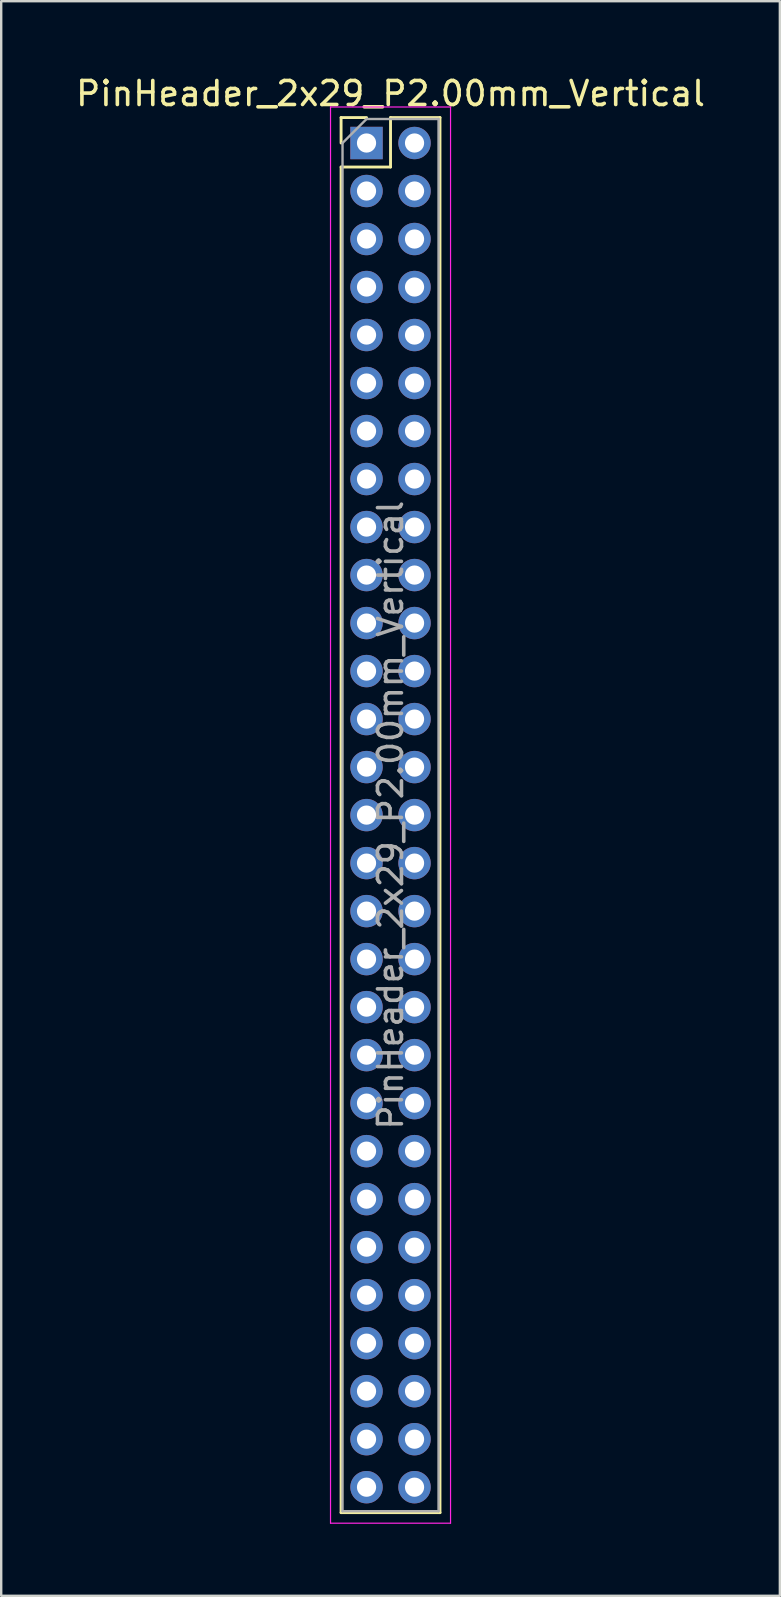
<source format=kicad_pcb>
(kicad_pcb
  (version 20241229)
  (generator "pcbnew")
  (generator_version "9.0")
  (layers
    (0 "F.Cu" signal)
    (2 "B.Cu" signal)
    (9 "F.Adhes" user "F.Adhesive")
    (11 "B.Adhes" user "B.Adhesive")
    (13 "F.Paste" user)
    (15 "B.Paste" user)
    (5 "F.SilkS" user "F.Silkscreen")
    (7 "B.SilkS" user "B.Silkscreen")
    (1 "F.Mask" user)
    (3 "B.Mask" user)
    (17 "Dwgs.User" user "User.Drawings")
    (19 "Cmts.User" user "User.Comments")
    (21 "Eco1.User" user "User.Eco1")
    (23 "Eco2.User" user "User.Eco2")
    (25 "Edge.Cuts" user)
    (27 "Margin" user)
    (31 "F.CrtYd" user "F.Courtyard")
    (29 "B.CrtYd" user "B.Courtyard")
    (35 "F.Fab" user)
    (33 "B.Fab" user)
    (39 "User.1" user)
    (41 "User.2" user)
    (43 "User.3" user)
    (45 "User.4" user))
  (footprint "PinHeader_2x29_P2.00mm_Vertical"
    (layer "F.Cu")
    (at 12.22 2.908)
    (property "Reference" "PinHeader_2x29_P2.00mm_Vertical" (at 1 -2.06 0) (layer "F.SilkS") (effects (font (size 1 1) (thickness 0.15))))
    (attr through_hole)
    (fp_line (start -1.06 -1.06) (end 0 -1.06) (stroke (width 0.12) (type solid)) (layer "F.SilkS"))
    (fp_line (start -1.06 0) (end -1.06 -1.06) (stroke (width 0.12) (type solid)) (layer "F.SilkS"))
    (fp_line (start -1.06 1) (end -1.06 57.06) (stroke (width 0.12) (type solid)) (layer "F.SilkS"))
    (fp_line (start -1.06 1) (end 1 1) (stroke (width 0.12) (type solid)) (layer "F.SilkS"))
    (fp_line (start -1.06 57.06) (end 3.06 57.06) (stroke (width 0.12) (type solid)) (layer "F.SilkS"))
    (fp_line (start 1 -1.06) (end 3.06 -1.06) (stroke (width 0.12) (type solid)) (layer "F.SilkS"))
    (fp_line (start 1 1) (end 1 -1.06) (stroke (width 0.12) (type solid)) (layer "F.SilkS"))
    (fp_line (start 3.06 -1.06) (end 3.06 57.06) (stroke (width 0.12) (type solid)) (layer "F.SilkS"))
    (fp_line (start -1.5 -1.5) (end -1.5 57.5) (stroke (width 0.05) (type solid)) (layer "F.CrtYd"))
    (fp_line (start -1.5 57.5) (end 3.5 57.5) (stroke (width 0.05) (type solid)) (layer "F.CrtYd"))
    (fp_line (start 3.5 -1.5) (end -1.5 -1.5) (stroke (width 0.05) (type solid)) (layer "F.CrtYd"))
    (fp_line (start 3.5 57.5) (end 3.5 -1.5) (stroke (width 0.05) (type solid)) (layer "F.CrtYd"))
    (fp_line (start -1 0) (end 0 -1) (stroke (width 0.1) (type solid)) (layer "F.Fab"))
    (fp_line (start -1 57) (end -1 0) (stroke (width 0.1) (type solid)) (layer "F.Fab"))
    (fp_line (start 0 -1) (end 3 -1) (stroke (width 0.1) (type solid)) (layer "F.Fab"))
    (fp_line (start 3 -1) (end 3 57) (stroke (width 0.1) (type solid)) (layer "F.Fab"))
    (fp_line (start 3 57) (end -1 57) (stroke (width 0.1) (type solid)) (layer "F.Fab"))
    (fp_text user "${REFERENCE}" (at 1 28 90) (layer "F.Fab") (effects (font (size 1 1) (thickness 0.15))))
    (pad "1" thru_hole rect (at 0 0) (size 1.35 1.35) (drill 0.8) (layers "*.Cu" "*.Mask"))
    (pad "2" thru_hole oval (at 2 0) (size 1.35 1.35) (drill 0.8) (layers "*.Cu" "*.Mask"))
    (pad "3" thru_hole oval (at 0 2) (size 1.35 1.35) (drill 0.8) (layers "*.Cu" "*.Mask"))
    (pad "4" thru_hole oval (at 2 2) (size 1.35 1.35) (drill 0.8) (layers "*.Cu" "*.Mask"))
    (pad "5" thru_hole oval (at 0 4) (size 1.35 1.35) (drill 0.8) (layers "*.Cu" "*.Mask"))
    (pad "6" thru_hole oval (at 2 4) (size 1.35 1.35) (drill 0.8) (layers "*.Cu" "*.Mask"))
    (pad "7" thru_hole oval (at 0 6) (size 1.35 1.35) (drill 0.8) (layers "*.Cu" "*.Mask"))
    (pad "8" thru_hole oval (at 2 6) (size 1.35 1.35) (drill 0.8) (layers "*.Cu" "*.Mask"))
    (pad "9" thru_hole oval (at 0 8) (size 1.35 1.35) (drill 0.8) (layers "*.Cu" "*.Mask"))
    (pad "10" thru_hole oval (at 2 8) (size 1.35 1.35) (drill 0.8) (layers "*.Cu" "*.Mask"))
    (pad "11" thru_hole oval (at 0 10) (size 1.35 1.35) (drill 0.8) (layers "*.Cu" "*.Mask"))
    (pad "12" thru_hole oval (at 2 10) (size 1.35 1.35) (drill 0.8) (layers "*.Cu" "*.Mask"))
    (pad "13" thru_hole oval (at 0 12) (size 1.35 1.35) (drill 0.8) (layers "*.Cu" "*.Mask"))
    (pad "14" thru_hole oval (at 2 12) (size 1.35 1.35) (drill 0.8) (layers "*.Cu" "*.Mask"))
    (pad "15" thru_hole oval (at 0 14) (size 1.35 1.35) (drill 0.8) (layers "*.Cu" "*.Mask"))
    (pad "16" thru_hole oval (at 2 14) (size 1.35 1.35) (drill 0.8) (layers "*.Cu" "*.Mask"))
    (pad "17" thru_hole oval (at 0 16) (size 1.35 1.35) (drill 0.8) (layers "*.Cu" "*.Mask"))
    (pad "18" thru_hole oval (at 2 16) (size 1.35 1.35) (drill 0.8) (layers "*.Cu" "*.Mask"))
    (pad "19" thru_hole oval (at 0 18) (size 1.35 1.35) (drill 0.8) (layers "*.Cu" "*.Mask"))
    (pad "20" thru_hole oval (at 2 18) (size 1.35 1.35) (drill 0.8) (layers "*.Cu" "*.Mask"))
    (pad "21" thru_hole oval (at 0 20) (size 1.35 1.35) (drill 0.8) (layers "*.Cu" "*.Mask"))
    (pad "22" thru_hole oval (at 2 20) (size 1.35 1.35) (drill 0.8) (layers "*.Cu" "*.Mask"))
    (pad "23" thru_hole oval (at 0 22) (size 1.35 1.35) (drill 0.8) (layers "*.Cu" "*.Mask"))
    (pad "24" thru_hole oval (at 2 22) (size 1.35 1.35) (drill 0.8) (layers "*.Cu" "*.Mask"))
    (pad "25" thru_hole oval (at 0 24) (size 1.35 1.35) (drill 0.8) (layers "*.Cu" "*.Mask"))
    (pad "26" thru_hole oval (at 2 24) (size 1.35 1.35) (drill 0.8) (layers "*.Cu" "*.Mask"))
    (pad "27" thru_hole oval (at 0 26) (size 1.35 1.35) (drill 0.8) (layers "*.Cu" "*.Mask"))
    (pad "28" thru_hole oval (at 2 26) (size 1.35 1.35) (drill 0.8) (layers "*.Cu" "*.Mask"))
    (pad "29" thru_hole oval (at 0 28) (size 1.35 1.35) (drill 0.8) (layers "*.Cu" "*.Mask"))
    (pad "30" thru_hole oval (at 2 28) (size 1.35 1.35) (drill 0.8) (layers "*.Cu" "*.Mask"))
    (pad "31" thru_hole oval (at 0 30) (size 1.35 1.35) (drill 0.8) (layers "*.Cu" "*.Mask"))
    (pad "32" thru_hole oval (at 2 30) (size 1.35 1.35) (drill 0.8) (layers "*.Cu" "*.Mask"))
    (pad "33" thru_hole oval (at 0 32) (size 1.35 1.35) (drill 0.8) (layers "*.Cu" "*.Mask"))
    (pad "34" thru_hole oval (at 2 32) (size 1.35 1.35) (drill 0.8) (layers "*.Cu" "*.Mask"))
    (pad "35" thru_hole oval (at 0 34) (size 1.35 1.35) (drill 0.8) (layers "*.Cu" "*.Mask"))
    (pad "36" thru_hole oval (at 2 34) (size 1.35 1.35) (drill 0.8) (layers "*.Cu" "*.Mask"))
    (pad "37" thru_hole oval (at 0 36) (size 1.35 1.35) (drill 0.8) (layers "*.Cu" "*.Mask"))
    (pad "38" thru_hole oval (at 2 36) (size 1.35 1.35) (drill 0.8) (layers "*.Cu" "*.Mask"))
    (pad "39" thru_hole oval (at 0 38) (size 1.35 1.35) (drill 0.8) (layers "*.Cu" "*.Mask"))
    (pad "40" thru_hole oval (at 2 38) (size 1.35 1.35) (drill 0.8) (layers "*.Cu" "*.Mask"))
    (pad "41" thru_hole oval (at 0 40) (size 1.35 1.35) (drill 0.8) (layers "*.Cu" "*.Mask"))
    (pad "42" thru_hole oval (at 2 40) (size 1.35 1.35) (drill 0.8) (layers "*.Cu" "*.Mask"))
    (pad "43" thru_hole oval (at 0 42) (size 1.35 1.35) (drill 0.8) (layers "*.Cu" "*.Mask"))
    (pad "44" thru_hole oval (at 2 42) (size 1.35 1.35) (drill 0.8) (layers "*.Cu" "*.Mask"))
    (pad "45" thru_hole oval (at 0 44) (size 1.35 1.35) (drill 0.8) (layers "*.Cu" "*.Mask"))
    (pad "46" thru_hole oval (at 2 44) (size 1.35 1.35) (drill 0.8) (layers "*.Cu" "*.Mask"))
    (pad "47" thru_hole oval (at 0 46) (size 1.35 1.35) (drill 0.8) (layers "*.Cu" "*.Mask"))
    (pad "48" thru_hole oval (at 2 46) (size 1.35 1.35) (drill 0.8) (layers "*.Cu" "*.Mask"))
    (pad "49" thru_hole oval (at 0 48) (size 1.35 1.35) (drill 0.8) (layers "*.Cu" "*.Mask"))
    (pad "50" thru_hole oval (at 2 48) (size 1.35 1.35) (drill 0.8) (layers "*.Cu" "*.Mask"))
    (pad "51" thru_hole oval (at 0 50) (size 1.35 1.35) (drill 0.8) (layers "*.Cu" "*.Mask"))
    (pad "52" thru_hole oval (at 2 50) (size 1.35 1.35) (drill 0.8) (layers "*.Cu" "*.Mask"))
    (pad "53" thru_hole oval (at 0 52) (size 1.35 1.35) (drill 0.8) (layers "*.Cu" "*.Mask"))
    (pad "54" thru_hole oval (at 2 52) (size 1.35 1.35) (drill 0.8) (layers "*.Cu" "*.Mask"))
    (pad "55" thru_hole oval (at 0 54) (size 1.35 1.35) (drill 0.8) (layers "*.Cu" "*.Mask"))
    (pad "56" thru_hole oval (at 2 54) (size 1.35 1.35) (drill 0.8) (layers "*.Cu" "*.Mask"))
    (pad "57" thru_hole oval (at 0 56) (size 1.35 1.35) (drill 0.8) (layers "*.Cu" "*.Mask"))
    (pad "58" thru_hole oval (at 2 56) (size 1.35 1.35) (drill 0.8) (layers "*.Cu" "*.Mask")))
  (gr_rect
    (start -3 -3)
    (end 29.44 63.433)
    (stroke (width 0.1) (type default))
    (fill no)
    (layer "Edge.Cuts")))
</source>
